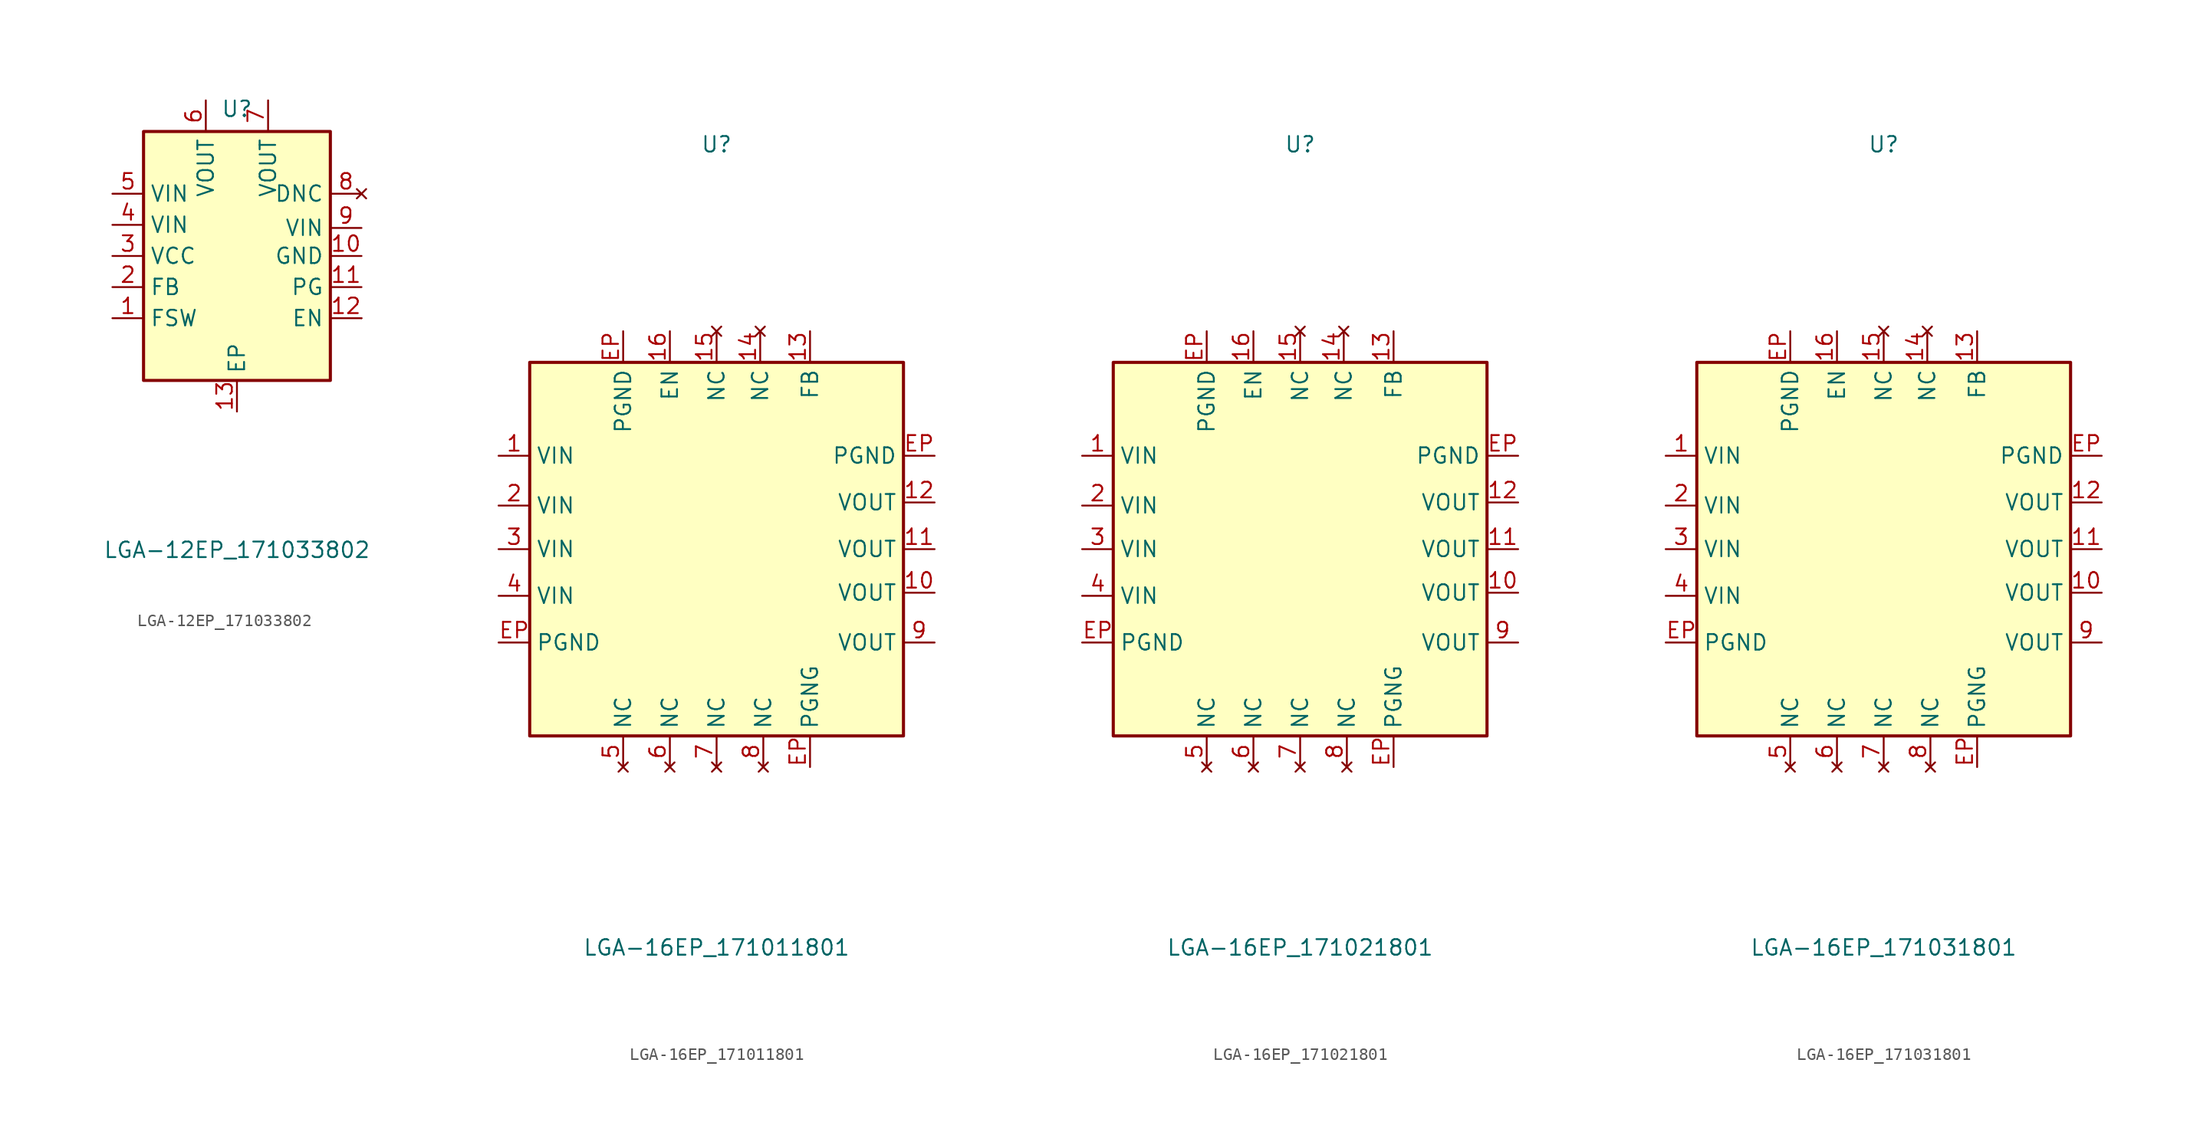
<source format=kicad_sym>
(kicad_symbol_lib
  (version 20220914)
  (generator kicad_symbol_editor)
  (symbol "LGA-12EP_171033802"
    (property "Reference" "U"
      (at 0 12 0)
      (effects (font (size 1.27 1.27))))
    (property "Value" "LGA-12EP_171033802"
      (at 0 -24 0)
      (effects (font (size 1.27 1.27))))
    (symbol "LGA-12EP_171033802_0_0"
      (rectangle (start 10.16 -5.08) (end 10.16 -5.08) (stroke (width 0) (type default)) (fill (type none)))
      (text "" (at -12.7 2.54 0) (effects (font (size 1.27 1.27))))
      (text "" (at -11.43 2.54 0) (effects (font (size 1.27 1.27)))))
    (symbol "LGA-12EP_171033802_1_1"
      (rectangle (start -7.62 10.16) (end 7.62 -10.16) (stroke (width 0.254) (type solid)) (fill (type background)))
      (pin input line (at -10.16 -5.08 0) (length 2.54) (name "FSW" (effects (font (size 1.27 1.27)))) (number "1" (effects (font (size 1.27 1.27)))))
      (pin power_in line (at 10.16 0 180) (length 2.54) (name "GND" (effects (font (size 1.27 1.27)))) (number "10" (effects (font (size 1.27 1.27)))))
      (pin power_out line (at 10.16 -2.54 180) (length 2.54) (name "PG" (effects (font (size 1.27 1.27)))) (number "11" (effects (font (size 1.27 1.27)))))
      (pin input line (at 10.16 -5.08 180) (length 2.54) (name "EN" (effects (font (size 1.27 1.27)))) (number "12" (effects (font (size 1.27 1.27)))))
      (pin power_in line (at 0 -12.7 90) (length 2.54) (name "EP" (effects (font (size 1.27 1.27)))) (number "13" (effects (font (size 1.27 1.27)))))
      (pin input line (at -10.16 -2.54 0) (length 2.54) (name "FB" (effects (font (size 1.27 1.27)))) (number "2" (effects (font (size 1.27 1.27)))))
      (pin power_in line (at -10.16 0 0) (length 2.54) (name "VCC" (effects (font (size 1.27 1.27)))) (number "3" (effects (font (size 1.27 1.27)))))
      (pin power_in line (at -10.16 2.54 0) (length 2.54) (name "VIN" (effects (font (size 1.27 1.27)))) (number "4" (effects (font (size 1.27 1.27)))))
      (pin power_in line (at -10.16 5.08 0) (length 2.54) (name "VIN" (effects (font (size 1.27 1.27)))) (number "5" (effects (font (size 1.27 1.27)))))
      (pin power_out line (at -2.54 12.7 270) (length 2.54) (name "VOUT" (effects (font (size 1.27 1.27)))) (number "6" (effects (font (size 1.27 1.27)))))
      (pin power_out line (at 2.54 12.7 270) (length 2.54) (name "VOUT" (effects (font (size 1.27 1.27)))) (number "7" (effects (font (size 1.27 1.27)))))
      (pin no_connect line (at 10.16 5.08 180) (length 2.54) (name "DNC" (effects (font (size 1.27 1.27)))) (number "8" (effects (font (size 1.27 1.27)))))
      (pin power_in line (at 10.16 2.286 180) (length 2.54) (name "VIN" (effects (font (size 1.27 1.27)))) (number "9" (effects (font (size 1.27 1.27)))))))
  (symbol "LGA-16EP_171011801"
    (property "Reference" "U"
      (at 0 33.02 0)
      (effects (font (size 1.27 1.27))))
    (property "Value" "LGA-16EP_171011801"
      (at 0 -32.512 0)
      (effects (font (size 1.27 1.27))))
    (symbol "LGA-16EP_171011801_1_1"
      (rectangle (start -15.24 15.24) (end 15.24 -15.24) (stroke (width 0.254) (type solid)) (fill (type background)))
      (pin power_in line (at -17.78 7.62 0) (length 2.54) (name "VIN" (effects (font (size 1.27 1.27)))) (number "1" (effects (font (size 1.27 1.27)))))
      (pin power_out line (at 17.78 -3.556 180) (length 2.54) (name "VOUT" (effects (font (size 1.27 1.27)))) (number "10" (effects (font (size 1.27 1.27)))))
      (pin power_out line (at 17.78 0 180) (length 2.54) (name "VOUT" (effects (font (size 1.27 1.27)))) (number "11" (effects (font (size 1.27 1.27)))))
      (pin power_out line (at 17.78 3.81 180) (length 2.54) (name "VOUT" (effects (font (size 1.27 1.27)))) (number "12" (effects (font (size 1.27 1.27)))))
      (pin input line (at 7.62 17.78 270) (length 2.54) (name "FB" (effects (font (size 1.27 1.27)))) (number "13" (effects (font (size 1.27 1.27)))))
      (pin no_connect line (at 3.556 17.78 270) (length 2.54) (name "NC" (effects (font (size 1.27 1.27)))) (number "14" (effects (font (size 1.27 1.27)))))
      (pin no_connect line (at 0 17.78 270) (length 2.54) (name "NC" (effects (font (size 1.27 1.27)))) (number "15" (effects (font (size 1.27 1.27)))))
      (pin input line (at -3.81 17.78 270) (length 2.54) (name "EN" (effects (font (size 1.27 1.27)))) (number "16" (effects (font (size 1.27 1.27)))))
      (pin power_in line (at -17.78 3.556 0) (length 2.54) (name "VIN" (effects (font (size 1.27 1.27)))) (number "2" (effects (font (size 1.27 1.27)))))
      (pin power_in line (at -17.78 0 0) (length 2.54) (name "VIN" (effects (font (size 1.27 1.27)))) (number "3" (effects (font (size 1.27 1.27)))))
      (pin power_in line (at -17.78 -3.81 0) (length 2.54) (name "VIN" (effects (font (size 1.27 1.27)))) (number "4" (effects (font (size 1.27 1.27)))))
      (pin no_connect line (at -7.62 -17.78 90) (length 2.54) (name "NC" (effects (font (size 1.27 1.27)))) (number "5" (effects (font (size 1.27 1.27)))))
      (pin no_connect line (at -3.81 -17.78 90) (length 2.54) (name "NC" (effects (font (size 1.27 1.27)))) (number "6" (effects (font (size 1.27 1.27)))))
      (pin no_connect line (at 0 -17.78 90) (length 2.54) (name "NC" (effects (font (size 1.27 1.27)))) (number "7" (effects (font (size 1.27 1.27)))))
      (pin no_connect line (at 3.81 -17.78 90) (length 2.54) (name "NC" (effects (font (size 1.27 1.27)))) (number "8" (effects (font (size 1.27 1.27)))))
      (pin power_out line (at 17.78 -7.62 180) (length 2.54) (name "VOUT" (effects (font (size 1.27 1.27)))) (number "9" (effects (font (size 1.27 1.27)))))
      (pin power_in line (at -17.78 -7.62 0) (length 2.54) (name "PGND" (effects (font (size 1.27 1.27)))) (number "EP" (effects (font (size 1.27 1.27)))))
      (pin power_in line (at -7.62 17.78 270) (length 2.54) (name "PGND" (effects (font (size 1.27 1.27)))) (number "EP" (effects (font (size 1.27 1.27)))))
      (pin power_in line (at 17.78 7.62 180) (length 2.54) (name "PGND" (effects (font (size 1.27 1.27)))) (number "EP" (effects (font (size 1.27 1.27)))))
      (pin power_in line (at 7.62 -17.78 90) (length 2.54) (name "PGNG" (effects (font (size 1.27 1.27)))) (number "EP" (effects (font (size 1.27 1.27)))))))
  (symbol "LGA-16EP_171021801"
    (property "Reference" "U"
      (at 0 33.02 0)
      (effects (font (size 1.27 1.27))))
    (property "Value" "LGA-16EP_171021801"
      (at 0 -32.512 0)
      (effects (font (size 1.27 1.27))))
    (symbol "LGA-16EP_171021801_1_1"
      (rectangle (start -15.24 15.24) (end 15.24 -15.24) (stroke (width 0.254) (type solid)) (fill (type background)))
      (pin power_in line (at -17.78 7.62 0) (length 2.54) (name "VIN" (effects (font (size 1.27 1.27)))) (number "1" (effects (font (size 1.27 1.27)))))
      (pin power_out line (at 17.78 -3.556 180) (length 2.54) (name "VOUT" (effects (font (size 1.27 1.27)))) (number "10" (effects (font (size 1.27 1.27)))))
      (pin power_out line (at 17.78 0 180) (length 2.54) (name "VOUT" (effects (font (size 1.27 1.27)))) (number "11" (effects (font (size 1.27 1.27)))))
      (pin power_out line (at 17.78 3.81 180) (length 2.54) (name "VOUT" (effects (font (size 1.27 1.27)))) (number "12" (effects (font (size 1.27 1.27)))))
      (pin input line (at 7.62 17.78 270) (length 2.54) (name "FB" (effects (font (size 1.27 1.27)))) (number "13" (effects (font (size 1.27 1.27)))))
      (pin no_connect line (at 3.556 17.78 270) (length 2.54) (name "NC" (effects (font (size 1.27 1.27)))) (number "14" (effects (font (size 1.27 1.27)))))
      (pin no_connect line (at 0 17.78 270) (length 2.54) (name "NC" (effects (font (size 1.27 1.27)))) (number "15" (effects (font (size 1.27 1.27)))))
      (pin input line (at -3.81 17.78 270) (length 2.54) (name "EN" (effects (font (size 1.27 1.27)))) (number "16" (effects (font (size 1.27 1.27)))))
      (pin power_in line (at -17.78 3.556 0) (length 2.54) (name "VIN" (effects (font (size 1.27 1.27)))) (number "2" (effects (font (size 1.27 1.27)))))
      (pin power_in line (at -17.78 0 0) (length 2.54) (name "VIN" (effects (font (size 1.27 1.27)))) (number "3" (effects (font (size 1.27 1.27)))))
      (pin power_in line (at -17.78 -3.81 0) (length 2.54) (name "VIN" (effects (font (size 1.27 1.27)))) (number "4" (effects (font (size 1.27 1.27)))))
      (pin no_connect line (at -7.62 -17.78 90) (length 2.54) (name "NC" (effects (font (size 1.27 1.27)))) (number "5" (effects (font (size 1.27 1.27)))))
      (pin no_connect line (at -3.81 -17.78 90) (length 2.54) (name "NC" (effects (font (size 1.27 1.27)))) (number "6" (effects (font (size 1.27 1.27)))))
      (pin no_connect line (at 0 -17.78 90) (length 2.54) (name "NC" (effects (font (size 1.27 1.27)))) (number "7" (effects (font (size 1.27 1.27)))))
      (pin no_connect line (at 3.81 -17.78 90) (length 2.54) (name "NC" (effects (font (size 1.27 1.27)))) (number "8" (effects (font (size 1.27 1.27)))))
      (pin power_out line (at 17.78 -7.62 180) (length 2.54) (name "VOUT" (effects (font (size 1.27 1.27)))) (number "9" (effects (font (size 1.27 1.27)))))
      (pin power_in line (at -17.78 -7.62 0) (length 2.54) (name "PGND" (effects (font (size 1.27 1.27)))) (number "EP" (effects (font (size 1.27 1.27)))))
      (pin power_in line (at -7.62 17.78 270) (length 2.54) (name "PGND" (effects (font (size 1.27 1.27)))) (number "EP" (effects (font (size 1.27 1.27)))))
      (pin power_in line (at 17.78 7.62 180) (length 2.54) (name "PGND" (effects (font (size 1.27 1.27)))) (number "EP" (effects (font (size 1.27 1.27)))))
      (pin power_in line (at 7.62 -17.78 90) (length 2.54) (name "PGNG" (effects (font (size 1.27 1.27)))) (number "EP" (effects (font (size 1.27 1.27)))))))
  (symbol "LGA-16EP_171031801"
    (property "Reference" "U"
      (at 0 33.02 0)
      (effects (font (size 1.27 1.27))))
    (property "Value" "LGA-16EP_171031801"
      (at 0 -32.512 0)
      (effects (font (size 1.27 1.27))))
    (symbol "LGA-16EP_171031801_1_1"
      (rectangle (start -15.24 15.24) (end 15.24 -15.24) (stroke (width 0.254) (type solid)) (fill (type background)))
      (pin power_in line (at -17.78 7.62 0) (length 2.54) (name "VIN" (effects (font (size 1.27 1.27)))) (number "1" (effects (font (size 1.27 1.27)))))
      (pin power_out line (at 17.78 -3.556 180) (length 2.54) (name "VOUT" (effects (font (size 1.27 1.27)))) (number "10" (effects (font (size 1.27 1.27)))))
      (pin power_out line (at 17.78 0 180) (length 2.54) (name "VOUT" (effects (font (size 1.27 1.27)))) (number "11" (effects (font (size 1.27 1.27)))))
      (pin power_out line (at 17.78 3.81 180) (length 2.54) (name "VOUT" (effects (font (size 1.27 1.27)))) (number "12" (effects (font (size 1.27 1.27)))))
      (pin input line (at 7.62 17.78 270) (length 2.54) (name "FB" (effects (font (size 1.27 1.27)))) (number "13" (effects (font (size 1.27 1.27)))))
      (pin no_connect line (at 3.556 17.78 270) (length 2.54) (name "NC" (effects (font (size 1.27 1.27)))) (number "14" (effects (font (size 1.27 1.27)))))
      (pin no_connect line (at 0 17.78 270) (length 2.54) (name "NC" (effects (font (size 1.27 1.27)))) (number "15" (effects (font (size 1.27 1.27)))))
      (pin input line (at -3.81 17.78 270) (length 2.54) (name "EN" (effects (font (size 1.27 1.27)))) (number "16" (effects (font (size 1.27 1.27)))))
      (pin power_in line (at -17.78 3.556 0) (length 2.54) (name "VIN" (effects (font (size 1.27 1.27)))) (number "2" (effects (font (size 1.27 1.27)))))
      (pin power_in line (at -17.78 0 0) (length 2.54) (name "VIN" (effects (font (size 1.27 1.27)))) (number "3" (effects (font (size 1.27 1.27)))))
      (pin power_in line (at -17.78 -3.81 0) (length 2.54) (name "VIN" (effects (font (size 1.27 1.27)))) (number "4" (effects (font (size 1.27 1.27)))))
      (pin no_connect line (at -7.62 -17.78 90) (length 2.54) (name "NC" (effects (font (size 1.27 1.27)))) (number "5" (effects (font (size 1.27 1.27)))))
      (pin no_connect line (at -3.81 -17.78 90) (length 2.54) (name "NC" (effects (font (size 1.27 1.27)))) (number "6" (effects (font (size 1.27 1.27)))))
      (pin no_connect line (at 0 -17.78 90) (length 2.54) (name "NC" (effects (font (size 1.27 1.27)))) (number "7" (effects (font (size 1.27 1.27)))))
      (pin no_connect line (at 3.81 -17.78 90) (length 2.54) (name "NC" (effects (font (size 1.27 1.27)))) (number "8" (effects (font (size 1.27 1.27)))))
      (pin power_out line (at 17.78 -7.62 180) (length 2.54) (name "VOUT" (effects (font (size 1.27 1.27)))) (number "9" (effects (font (size 1.27 1.27)))))
      (pin power_in line (at -17.78 -7.62 0) (length 2.54) (name "PGND" (effects (font (size 1.27 1.27)))) (number "EP" (effects (font (size 1.27 1.27)))))
      (pin power_in line (at -7.62 17.78 270) (length 2.54) (name "PGND" (effects (font (size 1.27 1.27)))) (number "EP" (effects (font (size 1.27 1.27)))))
      (pin power_in line (at 17.78 7.62 180) (length 2.54) (name "PGND" (effects (font (size 1.27 1.27)))) (number "EP" (effects (font (size 1.27 1.27)))))
      (pin power_in line (at 7.62 -17.78 90) (length 2.54) (name "PGNG" (effects (font (size 1.27 1.27)))) (number "EP" (effects (font (size 1.27 1.27))))))))
</source>
